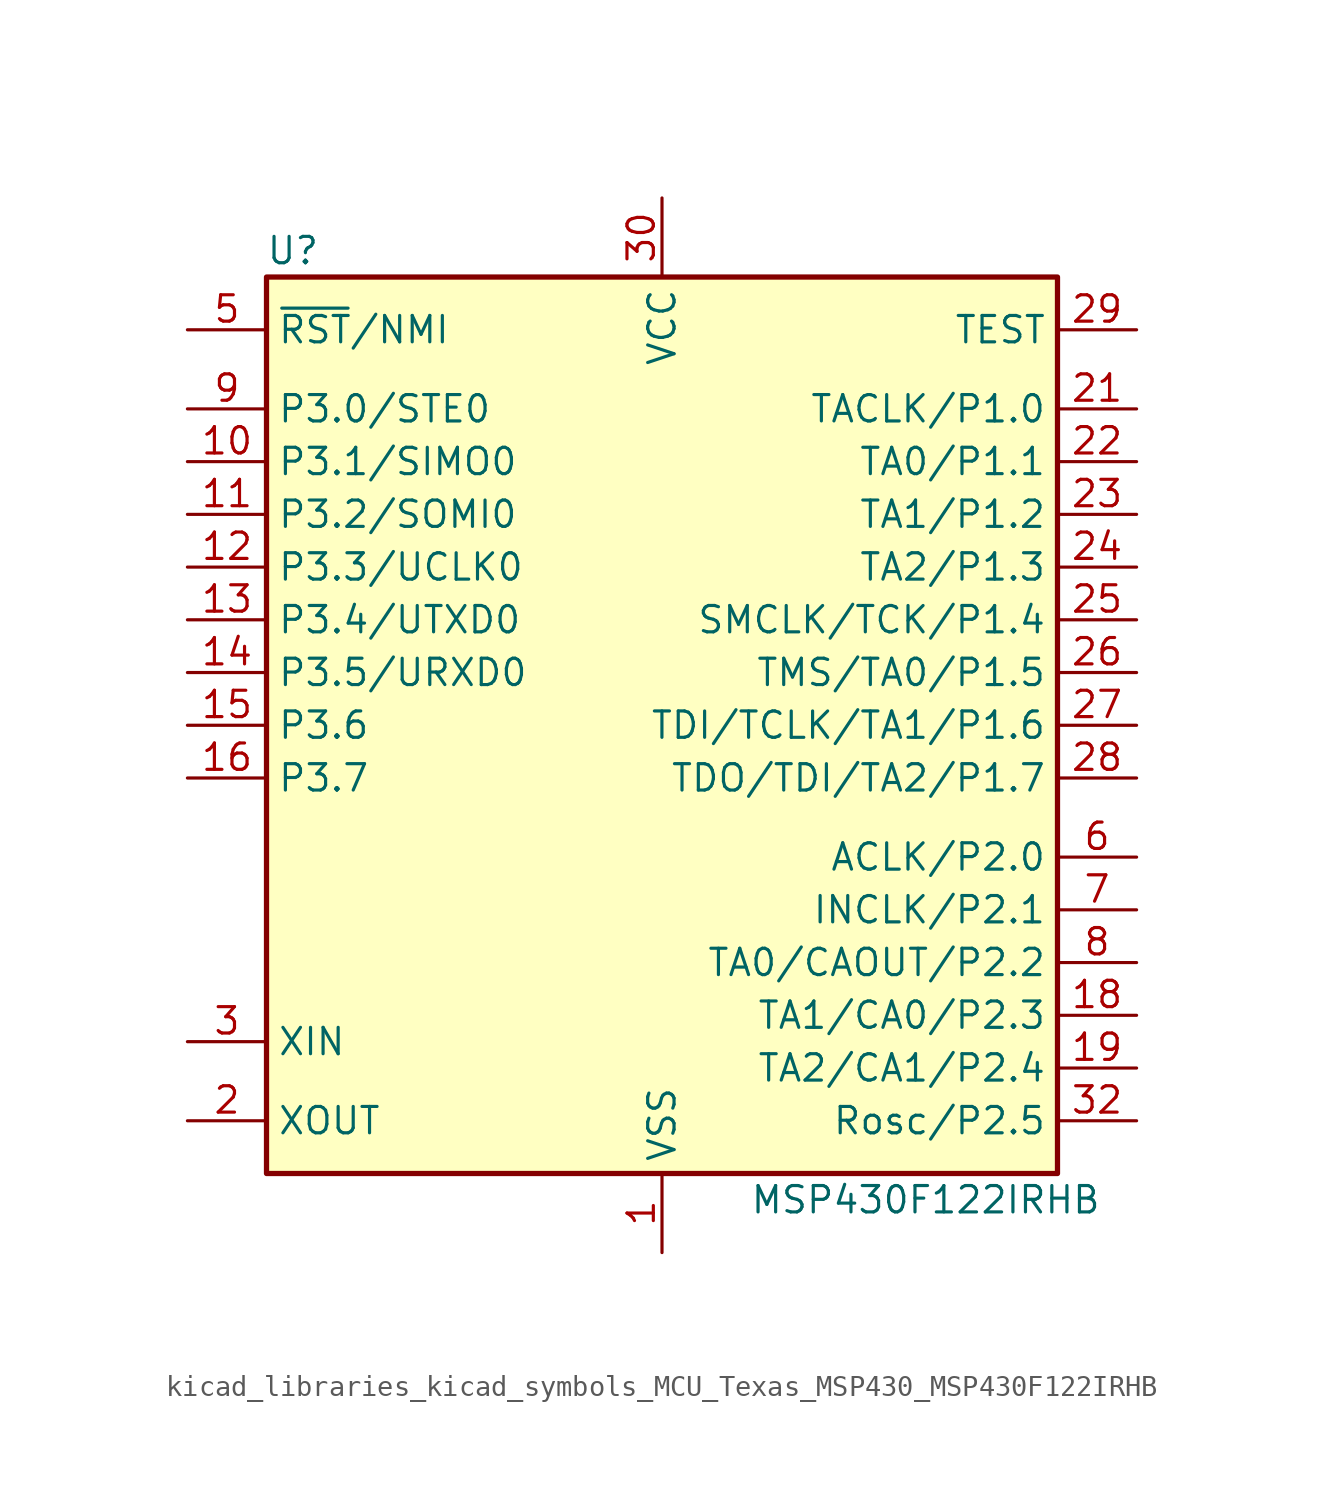
<source format=kicad_sym>
(kicad_symbol_lib
  (version 20220914)
  (generator kicad_symbol_editor)
  (symbol "kicad_libraries_kicad_symbols_MCU_Texas_MSP430_MSP430F122IRHB"
    (property "Reference" "U"
      (at -17.78 22.86 0)
      (effects (font (size 1.27 1.27))))
    (property "Value" "MSP430F122IRHB"
      (at 12.7 -22.86 0)
      (effects (font (size 1.27 1.27))))
    (symbol "kicad_libraries_kicad_symbols_MCU_Texas_MSP430_MSP430F122IRHB_0_1"
      (rectangle (start -19.05 21.59) (end 19.05 -21.59) (stroke (width 0.254) (type default)) (fill (type background))))
    (symbol "kicad_libraries_kicad_symbols_MCU_Texas_MSP430_MSP430F122IRHB_1_1"
      (pin power_in line (at 0 -25.4 90) (length 3.81) (name "VSS" (effects (font (size 1.27 1.27)))) (number "1" (effects (font (size 1.27 1.27)))))
      (pin bidirectional line (at -22.86 12.7 0) (length 3.81) (name "P3.1/SIMO0" (effects (font (size 1.27 1.27)))) (number "10" (effects (font (size 1.27 1.27)))))
      (pin bidirectional line (at -22.86 10.16 0) (length 3.81) (name "P3.2/SOMI0" (effects (font (size 1.27 1.27)))) (number "11" (effects (font (size 1.27 1.27)))))
      (pin bidirectional line (at -22.86 7.62 0) (length 3.81) (name "P3.3/UCLK0" (effects (font (size 1.27 1.27)))) (number "12" (effects (font (size 1.27 1.27)))))
      (pin bidirectional line (at -22.86 5.08 0) (length 3.81) (name "P3.4/UTXD0" (effects (font (size 1.27 1.27)))) (number "13" (effects (font (size 1.27 1.27)))))
      (pin bidirectional line (at -22.86 2.54 0) (length 3.81) (name "P3.5/URXD0" (effects (font (size 1.27 1.27)))) (number "14" (effects (font (size 1.27 1.27)))))
      (pin bidirectional line (at -22.86 0 0) (length 3.81) (name "P3.6" (effects (font (size 1.27 1.27)))) (number "15" (effects (font (size 1.27 1.27)))))
      (pin bidirectional line (at -22.86 -2.54 0) (length 3.81) (name "P3.7" (effects (font (size 1.27 1.27)))) (number "16" (effects (font (size 1.27 1.27)))))
      (pin bidirectional line (at 22.86 -13.97 180) (length 3.81) (name "TA1/CA0/P2.3" (effects (font (size 1.27 1.27)))) (number "18" (effects (font (size 1.27 1.27)))))
      (pin bidirectional line (at 22.86 -16.51 180) (length 3.81) (name "TA2/CA1/P2.4" (effects (font (size 1.27 1.27)))) (number "19" (effects (font (size 1.27 1.27)))))
      (pin output line (at -22.86 -19.05 0) (length 3.81) (name "XOUT" (effects (font (size 1.27 1.27)))) (number "2" (effects (font (size 1.27 1.27)))))
      (pin bidirectional line (at 22.86 15.24 180) (length 3.81) (name "TACLK/P1.0" (effects (font (size 1.27 1.27)))) (number "21" (effects (font (size 1.27 1.27)))))
      (pin bidirectional line (at 22.86 12.7 180) (length 3.81) (name "TA0/P1.1" (effects (font (size 1.27 1.27)))) (number "22" (effects (font (size 1.27 1.27)))))
      (pin bidirectional line (at 22.86 10.16 180) (length 3.81) (name "TA1/P1.2" (effects (font (size 1.27 1.27)))) (number "23" (effects (font (size 1.27 1.27)))))
      (pin bidirectional line (at 22.86 7.62 180) (length 3.81) (name "TA2/P1.3" (effects (font (size 1.27 1.27)))) (number "24" (effects (font (size 1.27 1.27)))))
      (pin bidirectional line (at 22.86 5.08 180) (length 3.81) (name "SMCLK/TCK/P1.4" (effects (font (size 1.27 1.27)))) (number "25" (effects (font (size 1.27 1.27)))))
      (pin bidirectional line (at 22.86 2.54 180) (length 3.81) (name "TMS/TA0/P1.5" (effects (font (size 1.27 1.27)))) (number "26" (effects (font (size 1.27 1.27)))))
      (pin bidirectional line (at 22.86 0 180) (length 3.81) (name "TDI/TCLK/TA1/P1.6" (effects (font (size 1.27 1.27)))) (number "27" (effects (font (size 1.27 1.27)))))
      (pin bidirectional line (at 22.86 -2.54 180) (length 3.81) (name "TDO/TDI/TA2/P1.7" (effects (font (size 1.27 1.27)))) (number "28" (effects (font (size 1.27 1.27)))))
      (pin input line (at 22.86 19.05 180) (length 3.81) (name "TEST" (effects (font (size 1.27 1.27)))) (number "29" (effects (font (size 1.27 1.27)))))
      (pin input line (at -22.86 -15.24 0) (length 3.81) (name "XIN" (effects (font (size 1.27 1.27)))) (number "3" (effects (font (size 1.27 1.27)))))
      (pin power_in line (at 0 25.4 270) (length 3.81) (name "VCC" (effects (font (size 1.27 1.27)))) (number "30" (effects (font (size 1.27 1.27)))))
      (pin bidirectional line (at 22.86 -19.05 180) (length 3.81) (name "Rosc/P2.5" (effects (font (size 1.27 1.27)))) (number "32" (effects (font (size 1.27 1.27)))))
      (pin input line (at -22.86 19.05 0) (length 3.81) (name "~{RST}/NMI" (effects (font (size 1.27 1.27)))) (number "5" (effects (font (size 1.27 1.27)))))
      (pin bidirectional line (at 22.86 -6.35 180) (length 3.81) (name "ACLK/P2.0" (effects (font (size 1.27 1.27)))) (number "6" (effects (font (size 1.27 1.27)))))
      (pin bidirectional line (at 22.86 -8.89 180) (length 3.81) (name "INCLK/P2.1" (effects (font (size 1.27 1.27)))) (number "7" (effects (font (size 1.27 1.27)))))
      (pin bidirectional line (at 22.86 -11.43 180) (length 3.81) (name "TA0/CAOUT/P2.2" (effects (font (size 1.27 1.27)))) (number "8" (effects (font (size 1.27 1.27)))))
      (pin bidirectional line (at -22.86 15.24 0) (length 3.81) (name "P3.0/STE0" (effects (font (size 1.27 1.27)))) (number "9" (effects (font (size 1.27 1.27))))))))
</source>
